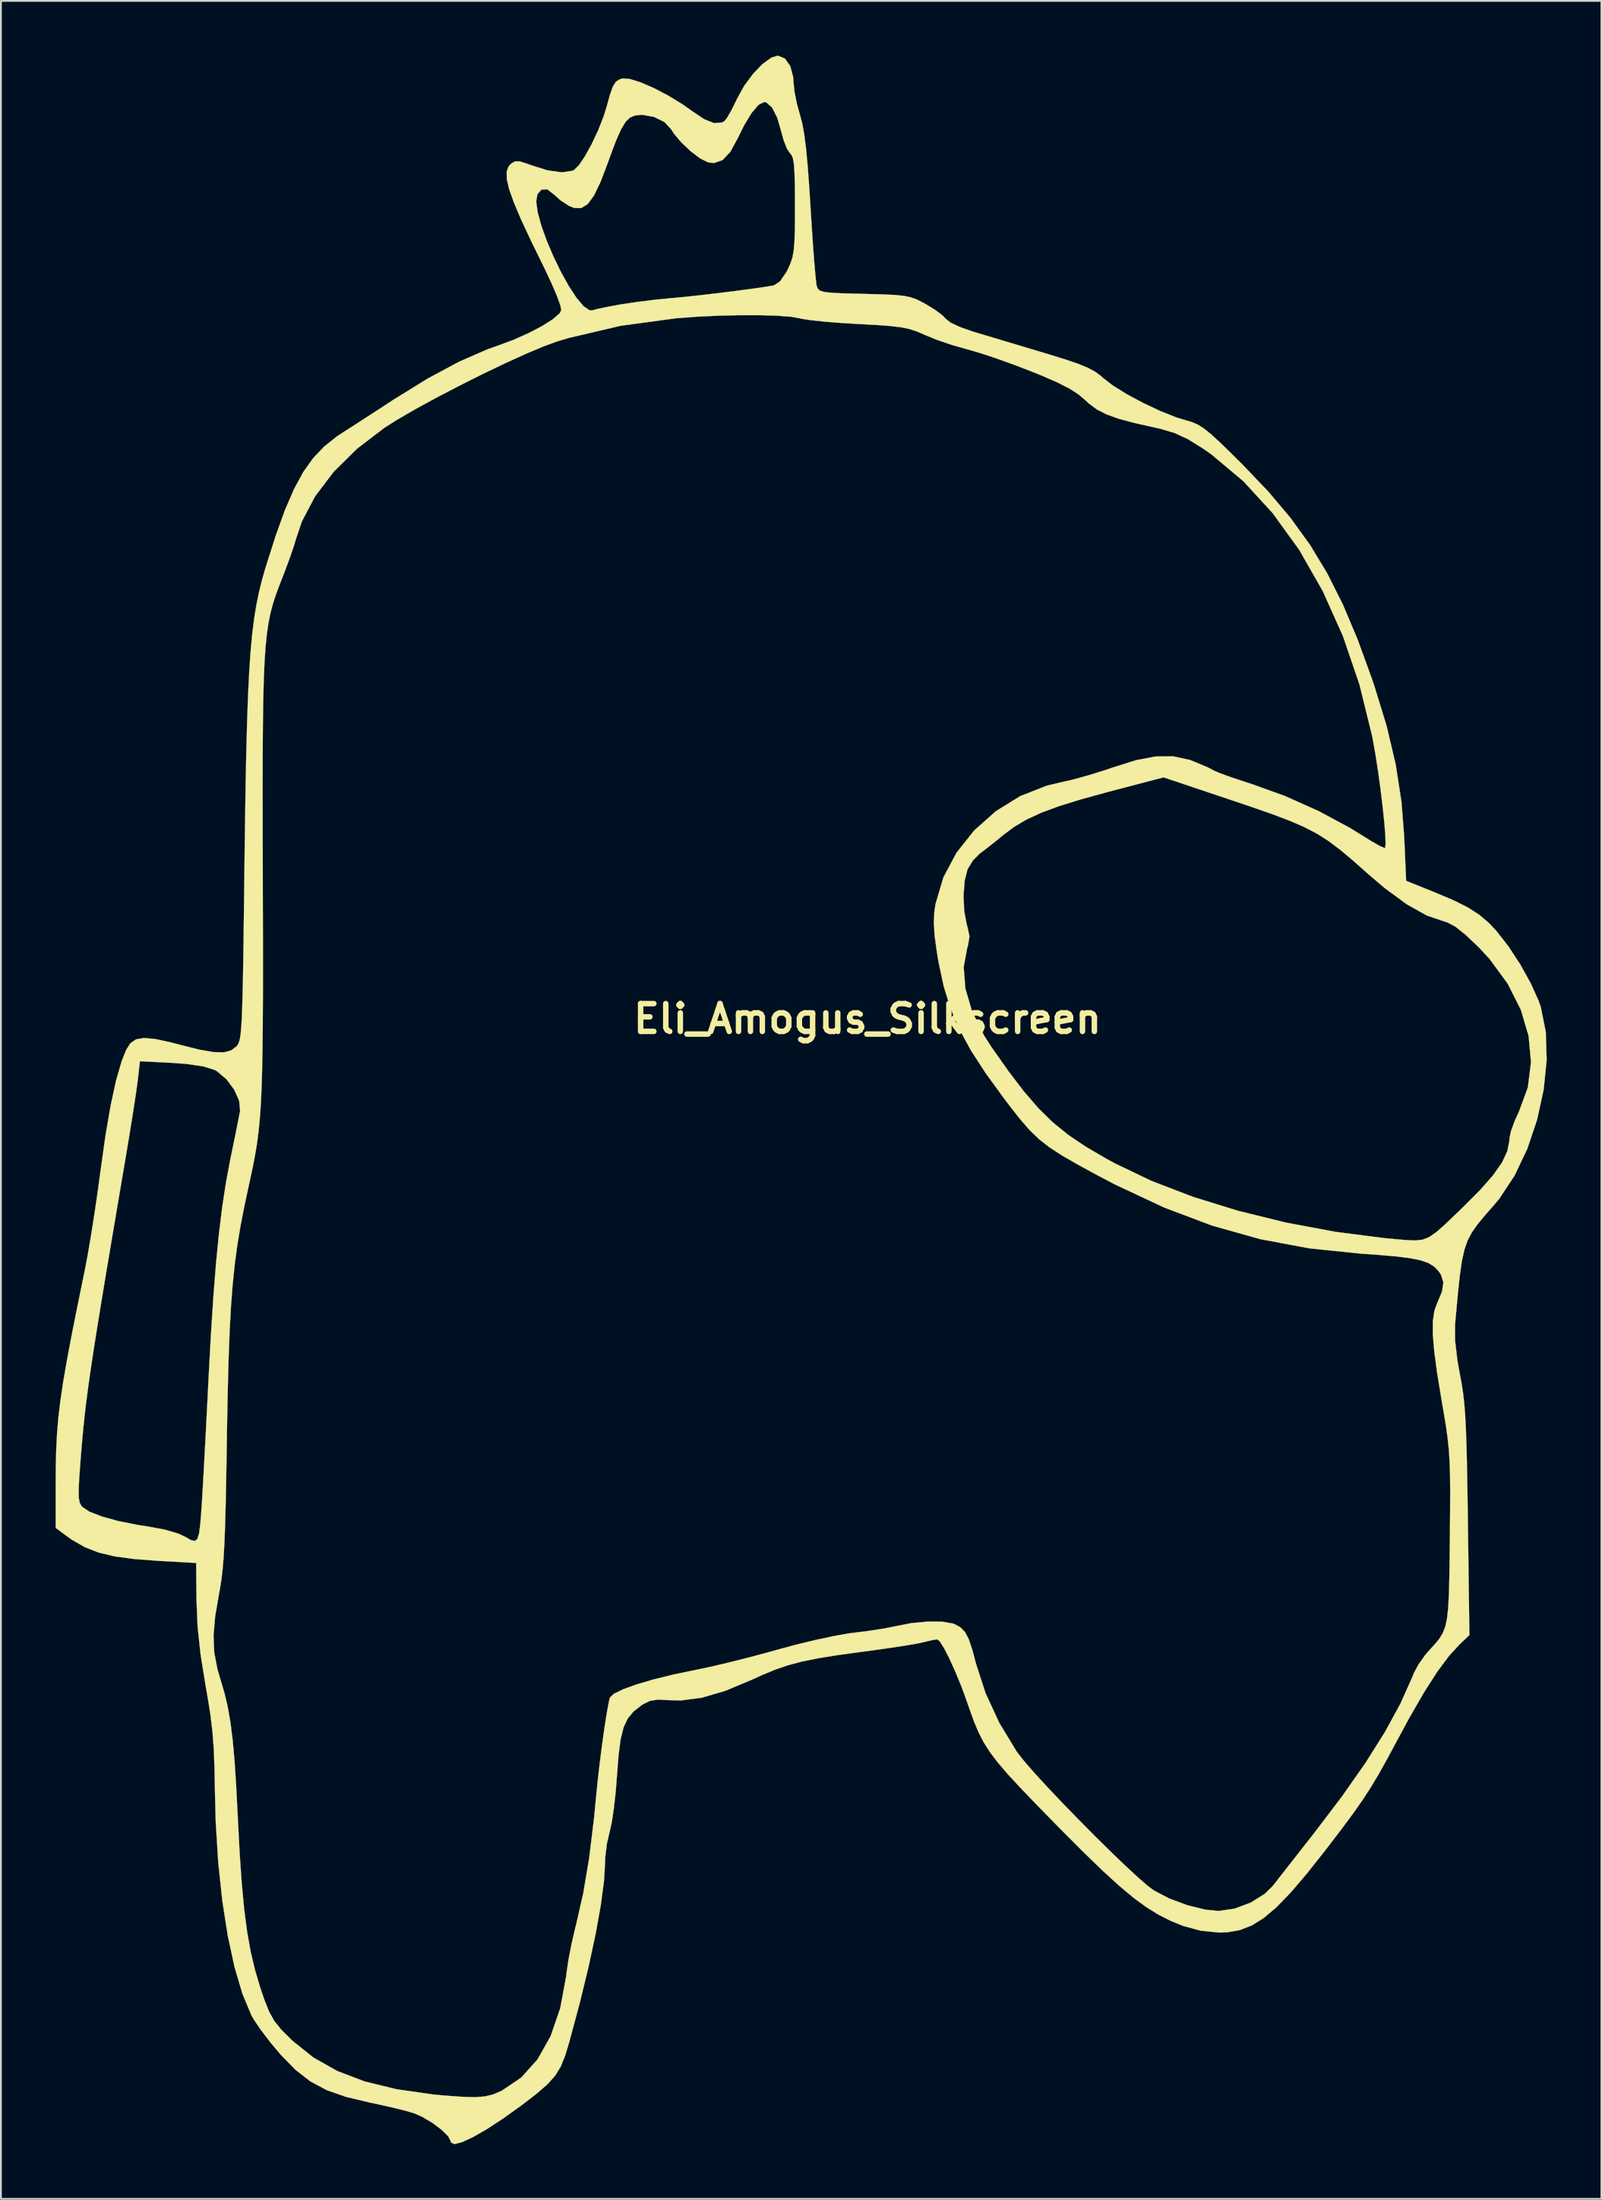
<source format=kicad_pcb>
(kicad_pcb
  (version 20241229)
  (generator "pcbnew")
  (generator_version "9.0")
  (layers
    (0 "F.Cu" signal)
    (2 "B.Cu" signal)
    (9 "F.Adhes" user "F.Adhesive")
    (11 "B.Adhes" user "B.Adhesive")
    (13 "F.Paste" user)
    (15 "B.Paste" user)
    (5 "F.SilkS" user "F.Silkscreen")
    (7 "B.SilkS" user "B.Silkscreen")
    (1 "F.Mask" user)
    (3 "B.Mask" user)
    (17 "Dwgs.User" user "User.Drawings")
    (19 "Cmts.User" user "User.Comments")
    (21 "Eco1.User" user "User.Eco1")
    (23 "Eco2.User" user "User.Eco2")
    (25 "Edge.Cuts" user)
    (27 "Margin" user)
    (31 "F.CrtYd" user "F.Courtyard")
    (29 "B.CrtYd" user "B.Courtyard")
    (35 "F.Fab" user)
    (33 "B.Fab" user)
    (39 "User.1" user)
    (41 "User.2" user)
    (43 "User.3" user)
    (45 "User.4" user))
  (footprint "Eli_Amogus_Silkscreen"
    (layer "F.Cu")
    (at 44.54 52.837)
    (property "Reference" "Eli_Amogus_Silkscreen" (at 0 0 0) (layer "F.SilkS") (effects (font (size 1.524 1.524) (thickness 0.3))))
    (attr through_hole)
    (fp_poly (pts (xy -4.533 -52.677) (xy -4.237 -52.262) (xy -4.077 -51.664) (xy -4.062 -51.397) (xy -4.008 -50.869) (xy -3.87 -50.186) (xy -3.713 -49.615) (xy -3.584 -49.13) (xy -3.473 -48.529) (xy -3.374 -47.764) (xy -3.282 -46.788) (xy -3.192 -45.554) (xy -3.128 -44.535) (xy -3.056 -43.389) (xy -2.984 -42.341) (xy -2.915 -41.443) (xy -2.854 -40.747) (xy -2.805 -40.307) (xy -2.784 -40.19) (xy -2.726 -40.047) (xy -2.613 -39.946) (xy -2.392 -39.876) (xy -2.01 -39.83) (xy -1.413 -39.799) (xy -0.548 -39.775) (xy -0.196 -39.766) (xy 0.779 -39.741) (xy 1.487 -39.708) (xy 1.998 -39.657) (xy 2.385 -39.576) (xy 2.718 -39.452) (xy 3.07 -39.274) (xy 3.198 -39.203) (xy 3.718 -38.884) (xy 4.126 -38.576) (xy 4.299 -38.393) (xy 4.555 -38.192) (xy 5.062 -37.953) (xy 5.74 -37.712) (xy 5.842 -37.681) (xy 6.504 -37.483) (xy 7.39 -37.217) (xy 8.397 -36.916) (xy 9.424 -36.608) (xy 9.745 -36.512) (xy 10.767 -36.198) (xy 11.522 -35.943) (xy 12.071 -35.721) (xy 12.474 -35.506) (xy 12.792 -35.273) (xy 12.924 -35.154) (xy 13.47 -34.732) (xy 14.242 -34.255) (xy 15.142 -33.773) (xy 16.074 -33.335) (xy 16.942 -32.991) (xy 17.455 -32.834) (xy 17.8 -32.733) (xy 18.115 -32.598) (xy 18.445 -32.391) (xy 18.837 -32.077) (xy 19.338 -31.618) (xy 19.996 -30.978) (xy 20.579 -30.398) (xy 21.997 -28.912) (xy 23.219 -27.462) (xy 24.283 -25.988) (xy 25.225 -24.428) (xy 26.081 -22.723) (xy 26.888 -20.81) (xy 27.681 -18.629) (xy 27.792 -18.303) (xy 28.483 -16.051) (xy 28.976 -13.957) (xy 29.291 -11.923) (xy 29.441 -10.008) (xy 29.549 -7.57) (xy 31.073 -6.958) (xy 32.121 -6.516) (xy 32.92 -6.119) (xy 33.545 -5.72) (xy 34.073 -5.273) (xy 34.481 -4.844) (xy 35.149 -3.992) (xy 35.807 -2.988) (xy 36.386 -1.947) (xy 36.82 -0.984) (xy 36.936 -0.65) (xy 37.211 0.721) (xy 37.258 2.255) (xy 37.094 3.881) (xy 36.736 5.525) (xy 36.201 7.118) (xy 35.505 8.586) (xy 34.666 9.86) (xy 34.398 10.182) (xy 33.881 10.772) (xy 33.475 11.263) (xy 33.161 11.706) (xy 32.924 12.155) (xy 32.745 12.663) (xy 32.608 13.28) (xy 32.495 14.061) (xy 32.389 15.057) (xy 32.273 16.32) (xy 32.231 16.789) (xy 32.233 17.65) (xy 32.364 18.761) (xy 32.498 19.498) (xy 32.593 20.003) (xy 32.671 20.513) (xy 32.735 21.07) (xy 32.786 21.717) (xy 32.827 22.496) (xy 32.861 23.449) (xy 32.889 24.62) (xy 32.914 26.049) (xy 32.935 27.528) (xy 33.019 33.804) (xy 32.495 34.301) (xy 31.899 34.949) (xy 31.248 35.826) (xy 30.525 36.955) (xy 29.714 38.362) (xy 29.131 39.44) (xy 28.558 40.509) (xy 28.069 41.387) (xy 27.614 42.15) (xy 27.144 42.872) (xy 26.61 43.631) (xy 25.963 44.501) (xy 25.153 45.559) (xy 25.146 45.568) (xy 24.112 46.876) (xy 23.222 47.92) (xy 22.441 48.727) (xy 21.737 49.323) (xy 21.077 49.734) (xy 20.427 49.986) (xy 19.754 50.105) (xy 19.316 50.123) (xy 18.275 50.018) (xy 17.321 49.76) (xy 16.633 49.48) (xy 15.975 49.148) (xy 15.31 48.738) (xy 14.604 48.221) (xy 13.821 47.568) (xy 12.926 46.753) (xy 11.885 45.746) (xy 10.661 44.52) (xy 10.367 44.222) (xy 9.276 43.107) (xy 8.395 42.19) (xy 7.694 41.43) (xy 7.143 40.787) (xy 6.714 40.22) (xy 6.375 39.688) (xy 6.098 39.15) (xy 5.851 38.565) (xy 5.607 37.892) (xy 5.481 37.527) (xy 5.172 36.676) (xy 4.837 35.854) (xy 4.506 35.119) (xy 4.206 34.532) (xy 3.966 34.152) (xy 3.827 34.037) (xy 3.549 34.08) (xy 3.112 34.183) (xy 3.048 34.2) (xy 2.677 34.278) (xy 2.044 34.385) (xy 1.222 34.51) (xy 0.284 34.643) (xy -0.254 34.715) (xy -1.607 34.899) (xy -2.695 35.073) (xy -3.588 35.253) (xy -4.358 35.457) (xy -5.076 35.704) (xy -5.815 36.011) (xy -6.298 36.232) (xy -7.791 36.858) (xy -9.096 37.241) (xy -10.25 37.391) (xy -10.876 37.374) (xy -11.5 37.345) (xy -11.934 37.412) (xy -12.319 37.602) (xy -12.393 37.651) (xy -12.826 37.988) (xy -13.148 38.372) (xy -13.38 38.862) (xy -13.543 39.518) (xy -13.658 40.397) (xy -13.739 41.457) (xy -13.813 42.389) (xy -13.91 43.272) (xy -14.018 44.014) (xy -14.126 44.522) (xy -14.139 44.566) (xy -14.298 45.251) (xy -14.387 46) (xy -14.393 46.219) (xy -14.453 47.272) (xy -14.629 48.607) (xy -14.913 50.19) (xy -15.299 51.988) (xy -15.781 53.967) (xy -16.351 56.093) (xy -16.351 56.094) (xy -16.585 56.868) (xy -16.827 57.469) (xy -17.131 57.969) (xy -17.551 58.439) (xy -18.142 58.953) (xy -18.957 59.58) (xy -18.998 59.611) (xy -19.99 60.322) (xy -20.883 60.906) (xy -21.648 61.344) (xy -22.252 61.623) (xy -22.664 61.725) (xy -22.852 61.634) (xy -22.86 61.578) (xy -22.999 61.302) (xy -23.36 60.944) (xy -23.861 60.566) (xy -24.418 60.234) (xy -24.85 60.044) (xy -25.302 59.909) (xy -25.979 59.739) (xy -26.774 59.558) (xy -27.278 59.452) (xy -28.597 59.139) (xy -29.662 58.767) (xy -30.556 58.291) (xy -31.365 57.664) (xy -32.172 56.842) (xy -32.233 56.773) (xy -32.778 56.12) (xy -33.281 55.459) (xy -33.666 54.891) (xy -33.797 54.662) (xy -34.29 53.481) (xy -34.725 52.008) (xy -35.097 50.285) (xy -35.397 48.355) (xy -35.619 46.261) (xy -35.756 44.046) (xy -35.798 42.418) (xy -35.821 41.117) (xy -35.863 40.051) (xy -35.934 39.114) (xy -36.042 38.202) (xy -36.198 37.212) (xy -36.311 36.576) (xy -36.588 34.857) (xy -36.696 33.844) (xy -35.877 33.844) (xy -35.836 34.77) (xy -35.663 35.672) (xy -35.49 36.261) (xy -35.275 36.981) (xy -35.098 37.732) (xy -34.952 38.564) (xy -34.83 39.53) (xy -34.726 40.678) (xy -34.635 42.062) (xy -34.549 43.731) (xy -34.544 43.822) (xy -34.443 45.77) (xy -34.328 47.428) (xy -34.194 48.849) (xy -34.033 50.081) (xy -33.837 51.176) (xy -33.598 52.183) (xy -33.311 53.151) (xy -33.089 53.801) (xy -32.827 54.46) (xy -32.543 54.972) (xy -32.156 55.453) (xy -31.588 56.017) (xy -31.53 56.072) (xy -30.39 56.981) (xy -29.088 57.716) (xy -27.586 58.289) (xy -25.85 58.713) (xy -23.844 59.001) (xy -23.199 59.062) (xy -22.236 59.132) (xy -21.53 59.151) (xy -20.997 59.112) (xy -20.559 59.007) (xy -20.135 58.831) (xy -20.066 58.797) (xy -18.993 58.075) (xy -18.096 57.072) (xy -17.382 55.8) (xy -16.856 54.271) (xy -16.526 52.496) (xy -16.497 52.239) (xy -16.401 51.591) (xy -16.241 50.769) (xy -16.046 49.922) (xy -15.989 49.699) (xy -15.593 47.964) (xy -15.264 46.003) (xy -14.994 43.771) (xy -14.905 42.841) (xy -14.807 41.86) (xy -14.688 40.814) (xy -14.555 39.777) (xy -14.42 38.819) (xy -14.292 38.014) (xy -14.181 37.433) (xy -14.13 37.232) (xy -13.914 37.024) (xy -13.412 36.779) (xy -12.67 36.511) (xy -11.737 36.236) (xy -10.66 35.971) (xy -9.553 35.741) (xy -8.699 35.563) (xy -7.638 35.315) (xy -6.484 35.025) (xy -5.355 34.722) (xy -4.981 34.616) (xy -3.932 34.333) (xy -2.857 34.073) (xy -1.859 33.859) (xy -1.038 33.714) (xy -0.762 33.677) (xy 0.032 33.578) (xy 0.797 33.461) (xy 1.398 33.348) (xy 1.524 33.319) (xy 2.41 33.147) (xy 3.302 33.063) (xy 4.096 33.069) (xy 4.687 33.17) (xy 4.76 33.197) (xy 5.094 33.375) (xy 5.349 33.634) (xy 5.56 34.039) (xy 5.764 34.656) (xy 5.955 35.383) (xy 6.478 36.991) (xy 7.234 38.627) (xy 8.162 40.155) (xy 8.254 40.286) (xy 8.623 40.753) (xy 9.182 41.392) (xy 9.886 42.159) (xy 10.695 43.013) (xy 11.566 43.91) (xy 12.456 44.808) (xy 13.324 45.665) (xy 14.128 46.438) (xy 14.825 47.084) (xy 15.373 47.56) (xy 15.702 47.807) (xy 16.567 48.258) (xy 17.556 48.625) (xy 18.532 48.865) (xy 19.256 48.936) (xy 20.134 48.811) (xy 21.024 48.477) (xy 21.8 47.994) (xy 22.24 47.558) (xy 22.491 47.234) (xy 22.906 46.703) (xy 23.439 46.022) (xy 24.044 45.25) (xy 24.473 44.704) (xy 26.024 42.663) (xy 27.326 40.806) (xy 28.395 39.107) (xy 29.247 37.541) (xy 29.898 36.082) (xy 29.969 35.899) (xy 30.221 35.423) (xy 30.607 34.881) (xy 30.825 34.629) (xy 31.13 34.297) (xy 31.371 34.003) (xy 31.556 33.702) (xy 31.694 33.35) (xy 31.791 32.904) (xy 31.856 32.319) (xy 31.897 31.552) (xy 31.922 30.558) (xy 31.939 29.295) (xy 31.948 28.448) (xy 31.961 27.053) (xy 31.966 25.935) (xy 31.958 25.031) (xy 31.934 24.279) (xy 31.891 23.618) (xy 31.824 22.984) (xy 31.73 22.317) (xy 31.604 21.554) (xy 31.492 20.906) (xy 31.249 19.425) (xy 31.09 18.234) (xy 31.013 17.293) (xy 31.017 16.565) (xy 31.099 16.011) (xy 31.231 15.647) (xy 31.517 14.965) (xy 31.592 14.456) (xy 31.46 14.035) (xy 31.327 13.84) (xy 31.092 13.595) (xy 30.786 13.402) (xy 30.361 13.251) (xy 29.771 13.131) (xy 28.967 13.03) (xy 27.903 12.939) (xy 27.055 12.88) (xy 24.23 12.589) (xy 21.534 12.083) (xy 18.901 11.342) (xy 16.266 10.348) (xy 13.563 9.08) (xy 12.615 8.582) (xy 11.513 7.982) (xy 10.652 7.484) (xy 9.97 7.04) (xy 9.406 6.598) (xy 8.899 6.109) (xy 8.387 5.521) (xy 7.808 4.786) (xy 7.52 4.406) (xy 6.486 2.985) (xy 5.668 1.724) (xy 5.032 0.554) (xy 4.547 -0.594) (xy 4.179 -1.791) (xy 3.898 -3.108) (xy 3.812 -3.619) (xy 3.685 -4.54) (xy 3.638 -5.248) (xy 3.667 -5.86) (xy 3.732 -6.304) (xy 3.865 -6.751) (xy 5.268 -6.751) (xy 5.306 -5.906) (xy 5.444 -5.174) (xy 5.474 -5.08) (xy 5.595 -4.533) (xy 5.51 -4.008) (xy 5.472 -3.895) (xy 5.276 -2.841) (xy 5.368 -1.665) (xy 5.739 -0.408) (xy 6.38 0.891) (xy 6.788 1.53) (xy 7.744 2.885) (xy 8.591 3.995) (xy 9.382 4.911) (xy 10.171 5.684) (xy 11.013 6.365) (xy 11.961 7.005) (xy 13.07 7.655) (xy 13.547 7.916) (xy 15.558 8.882) (xy 17.837 9.758) (xy 20.322 10.528) (xy 22.95 11.175) (xy 25.658 11.682) (xy 28.384 12.032) (xy 28.871 12.077) (xy 29.546 12.136) (xy 30.051 12.158) (xy 30.45 12.114) (xy 30.811 11.973) (xy 31.198 11.706) (xy 31.678 11.282) (xy 32.316 10.672) (xy 32.629 10.371) (xy 33.6 9.399) (xy 34.318 8.582) (xy 34.81 7.882) (xy 35.099 7.262) (xy 35.214 6.684) (xy 35.218 6.567) (xy 35.295 6.178) (xy 35.495 5.622) (xy 35.739 5.087) (xy 36.225 3.769) (xy 36.399 2.375) (xy 36.267 0.94) (xy 35.84 -0.503) (xy 35.123 -1.922) (xy 34.127 -3.283) (xy 33.542 -3.915) (xy 32.818 -4.604) (xy 32.254 -5.053) (xy 31.807 -5.292) (xy 31.665 -5.333) (xy 30.681 -5.669) (xy 29.585 -6.282) (xy 28.361 -7.181) (xy 27.436 -7.971) (xy 26.621 -8.694) (xy 25.924 -9.278) (xy 25.288 -9.756) (xy 24.655 -10.158) (xy 23.965 -10.518) (xy 23.162 -10.866) (xy 22.187 -11.234) (xy 20.981 -11.654) (xy 20.13 -11.941) (xy 16.244 -13.246) (xy 13.244 -12.46) (xy 11.741 -12.049) (xy 10.521 -11.671) (xy 9.531 -11.306) (xy 8.721 -10.931) (xy 8.038 -10.526) (xy 7.43 -10.07) (xy 7.42 -10.061) (xy 6.906 -9.641) (xy 6.422 -9.263) (xy 6.175 -9.081) (xy 5.79 -8.696) (xy 5.491 -8.208) (xy 5.486 -8.197) (xy 5.328 -7.563) (xy 5.268 -6.751) (xy 3.865 -6.751) (xy 4.161 -7.753) (xy 4.883 -9.111) (xy 5.854 -10.334) (xy 7.033 -11.384) (xy 8.377 -12.217) (xy 9.843 -12.792) (xy 10.555 -12.96) (xy 11.263 -13.122) (xy 12.143 -13.365) (xy 13.051 -13.648) (xy 13.462 -13.789) (xy 14.736 -14.189) (xy 15.813 -14.392) (xy 16.772 -14.397) (xy 17.695 -14.2) (xy 18.662 -13.798) (xy 19.05 -13.595) (xy 19.35 -13.468) (xy 19.888 -13.274) (xy 20.577 -13.041) (xy 21.082 -12.88) (xy 22.909 -12.22) (xy 24.752 -11.395) (xy 26.464 -10.475) (xy 27.102 -10.081) (xy 27.659 -9.735) (xy 28.101 -9.485) (xy 28.358 -9.371) (xy 28.394 -9.372) (xy 28.424 -9.585) (xy 28.408 -10.071) (xy 28.352 -10.769) (xy 28.263 -11.617) (xy 28.15 -12.555) (xy 28.018 -13.521) (xy 27.875 -14.455) (xy 27.727 -15.293) (xy 27.683 -15.519) (xy 26.988 -18.339) (xy 26.081 -20.995) (xy 24.976 -23.462) (xy 23.689 -25.716) (xy 22.232 -27.733) (xy 20.62 -29.489) (xy 18.867 -30.96) (xy 18.383 -31.298) (xy 17.571 -31.8) (xy 16.848 -32.134) (xy 16.061 -32.368) (xy 15.795 -32.427) (xy 14.644 -32.685) (xy 13.767 -32.922) (xy 13.101 -33.161) (xy 12.584 -33.427) (xy 12.155 -33.745) (xy 11.955 -33.93) (xy 11.563 -34.262) (xy 11.065 -34.58) (xy 10.397 -34.918) (xy 9.498 -35.308) (xy 8.975 -35.519) (xy 8.027 -35.883) (xy 7.063 -36.228) (xy 6.188 -36.519) (xy 5.505 -36.719) (xy 5.419 -36.741) (xy 4.618 -36.968) (xy 3.781 -37.256) (xy 3.146 -37.516) (xy 2.724 -37.699) (xy 2.32 -37.833) (xy 1.86 -37.93) (xy 1.273 -38.002) (xy 0.487 -38.061) (xy -0.495 -38.114) (xy -1.456 -38.172) (xy -2.342 -38.243) (xy -3.077 -38.32) (xy -3.585 -38.395) (xy -3.724 -38.428) (xy -4.206 -38.512) (xy -4.96 -38.569) (xy -5.921 -38.597) (xy -7.021 -38.597) (xy -8.197 -38.569) (xy -9.381 -38.513) (xy -10.499 -38.429) (xy -13.546 -38.015) (xy -16.399 -37.347) (xy -17.032 -37.157) (xy -17.785 -36.882) (xy -18.764 -36.468) (xy -19.907 -35.947) (xy -21.149 -35.351) (xy -22.424 -34.711) (xy -23.669 -34.062) (xy -24.82 -33.433) (xy -25.811 -32.858) (xy -26.504 -32.42) (xy -28.012 -31.267) (xy -29.289 -30.001) (xy -30.305 -28.661) (xy -31.03 -27.281) (xy -31.323 -26.412) (xy -31.48 -25.899) (xy -31.722 -25.2) (xy -32.004 -24.443) (xy -32.094 -24.214) (xy -32.296 -23.697) (xy -32.472 -23.216) (xy -32.623 -22.744) (xy -32.752 -22.255) (xy -32.86 -21.722) (xy -32.949 -21.119) (xy -33.021 -20.42) (xy -33.077 -19.598) (xy -33.119 -18.627) (xy -33.149 -17.48) (xy -33.168 -16.132) (xy -33.179 -14.555) (xy -33.182 -12.724) (xy -33.18 -10.612) (xy -33.175 -8.192) (xy -33.174 -7.705) (xy -33.168 -5.256) (xy -33.165 -3.118) (xy -33.167 -1.262) (xy -33.175 0.342) (xy -33.19 1.722) (xy -33.213 2.905) (xy -33.245 3.921) (xy -33.289 4.799) (xy -33.345 5.567) (xy -33.415 6.253) (xy -33.499 6.886) (xy -33.6 7.494) (xy -33.718 8.107) (xy -33.855 8.753) (xy -33.941 9.144) (xy -34.186 10.283) (xy -34.393 11.35) (xy -34.567 12.389) (xy -34.709 13.443) (xy -34.825 14.557) (xy -34.919 15.775) (xy -34.993 17.14) (xy -35.052 18.696) (xy -35.099 20.487) (xy -35.138 22.557) (xy -35.15 23.368) (xy -35.179 25.118) (xy -35.208 26.569) (xy -35.241 27.762) (xy -35.278 28.736) (xy -35.323 29.532) (xy -35.377 30.189) (xy -35.442 30.748) (xy -35.521 31.249) (xy -35.573 31.529) (xy -35.789 32.795) (xy -35.877 33.844) (xy -36.696 33.844) (xy -36.75 33.332) (xy -36.81 31.899) (xy -36.83 29.848) (xy -38.87 29.734) (xy -40.224 29.633) (xy -41.31 29.485) (xy -42.196 29.272) (xy -42.952 28.974) (xy -43.646 28.573) (xy -43.984 28.333) (xy -44.535 27.923) (xy -44.535 25.846) (xy -43.275 25.846) (xy -43.267 26.273) (xy -43.217 26.544) (xy -43.124 26.72) (xy -43.088 26.762) (xy -42.689 27.032) (xy -42.007 27.299) (xy -41.098 27.549) (xy -40.016 27.765) (xy -39.485 27.846) (xy -38.56 28.017) (xy -37.815 28.235) (xy -37.425 28.416) (xy -37.126 28.588) (xy -36.914 28.643) (xy -36.768 28.54) (xy -36.67 28.239) (xy -36.6 27.697) (xy -36.537 26.874) (xy -36.512 26.501) (xy -36.475 25.886) (xy -36.424 24.995) (xy -36.364 23.889) (xy -36.297 22.63) (xy -36.227 21.281) (xy -36.158 19.902) (xy -36.149 19.727) (xy -36.02 17.341) (xy -35.885 15.251) (xy -35.74 13.416) (xy -35.58 11.795) (xy -35.402 10.345) (xy -35.201 9.025) (xy -34.972 7.793) (xy -34.937 7.62) (xy -34.763 6.772) (xy -34.607 6.007) (xy -34.488 5.406) (xy -34.42 5.052) (xy -34.418 5.042) (xy -34.469 4.498) (xy -34.743 3.884) (xy -35.172 3.307) (xy -35.691 2.873) (xy -35.833 2.797) (xy -36.454 2.606) (xy -37.386 2.471) (xy -38.184 2.413) (xy -39.914 2.325) (xy -40.029 3.341) (xy -40.093 3.825) (xy -40.204 4.571) (xy -40.352 5.511) (xy -40.524 6.573) (xy -40.71 7.688) (xy -40.731 7.809) (xy -41.137 10.204) (xy -41.491 12.295) (xy -41.796 14.112) (xy -42.056 15.685) (xy -42.276 17.043) (xy -42.462 18.218) (xy -42.616 19.238) (xy -42.743 20.133) (xy -42.849 20.934) (xy -42.937 21.67) (xy -43.011 22.372) (xy -43.077 23.068) (xy -43.138 23.79) (xy -43.178 24.286) (xy -43.245 25.204) (xy -43.275 25.846) (xy -44.535 25.846) (xy -44.535 25.554) (xy -44.529 24.544) (xy -44.506 23.625) (xy -44.461 22.752) (xy -44.387 21.877) (xy -44.278 20.955) (xy -44.127 19.939) (xy -43.928 18.783) (xy -43.676 17.44) (xy -43.362 15.864) (xy -42.983 14.009) (xy -42.939 13.801) (xy -42.779 12.957) (xy -42.595 11.877) (xy -42.404 10.66) (xy -42.22 9.407) (xy -42.083 8.394) (xy -41.804 6.406) (xy -41.518 4.742) (xy -41.225 3.391) (xy -40.921 2.339) (xy -40.673 1.713) (xy -40.444 1.347) (xy -40.134 1.128) (xy -39.693 1.05) (xy -39.065 1.108) (xy -38.2 1.297) (xy -37.699 1.429) (xy -36.653 1.691) (xy -35.871 1.826) (xy -35.301 1.837) (xy -34.893 1.724) (xy -34.613 1.506) (xy -34.542 1.414) (xy -34.482 1.288) (xy -34.431 1.1) (xy -34.388 0.823) (xy -34.352 0.428) (xy -34.321 -0.111) (xy -34.295 -0.823) (xy -34.272 -1.735) (xy -34.25 -2.875) (xy -34.229 -4.271) (xy -34.207 -5.95) (xy -34.184 -7.934) (xy -34.151 -10.477) (xy -34.117 -12.71) (xy -34.078 -14.66) (xy -34.032 -16.355) (xy -33.979 -17.824) (xy -33.915 -19.093) (xy -33.839 -20.192) (xy -33.749 -21.148) (xy -33.643 -21.989) (xy -33.519 -22.743) (xy -33.375 -23.437) (xy -33.209 -24.101) (xy -33.019 -24.762) (xy -33.005 -24.807) (xy -32.466 -26.5) (xy -31.961 -27.9) (xy -31.466 -29.047) (xy -30.959 -29.984) (xy -30.416 -30.75) (xy -29.813 -31.387) (xy -29.126 -31.935) (xy -28.74 -32.191) (xy -28.248 -32.504) (xy -27.564 -32.945) (xy -26.779 -33.455) (xy -25.993 -33.969) (xy -24.135 -35.118) (xy -22.41 -36.043) (xy -20.85 -36.725) (xy -20.316 -36.914) (xy -19.435 -37.24) (xy -18.591 -37.615) (xy -17.846 -38.005) (xy -17.26 -38.377) (xy -16.893 -38.697) (xy -16.799 -38.87) (xy -16.853 -39.146) (xy -17.037 -39.654) (xy -17.323 -40.326) (xy -17.684 -41.095) (xy -17.758 -41.246) (xy -18.46 -42.68) (xy -19.005 -43.848) (xy -19.401 -44.781) (xy -19.42 -44.836) (xy -18.175 -44.836) (xy -18.094 -44.242) (xy -17.892 -43.503) (xy -17.594 -42.674) (xy -17.226 -41.81) (xy -16.815 -40.965) (xy -16.385 -40.194) (xy -15.963 -39.55) (xy -15.575 -39.089) (xy -15.246 -38.865) (xy -15.091 -38.866) (xy -14.801 -38.944) (xy -14.277 -39.053) (xy -13.622 -39.174) (xy -13.462 -39.201) (xy -12.57 -39.334) (xy -11.572 -39.455) (xy -10.753 -39.534) (xy -10.079 -39.596) (xy -9.21 -39.689) (xy -8.234 -39.803) (xy -7.244 -39.926) (xy -6.33 -40.048) (xy -5.582 -40.156) (xy -5.138 -40.23) (xy -4.799 -40.452) (xy -4.446 -40.969) (xy -4.376 -41.105) (xy -4.225 -41.437) (xy -4.117 -41.763) (xy -4.047 -42.148) (xy -4.005 -42.659) (xy -3.985 -43.362) (xy -3.979 -44.322) (xy -3.979 -44.591) (xy -3.984 -45.633) (xy -4.003 -46.387) (xy -4.039 -46.901) (xy -4.097 -47.226) (xy -4.183 -47.41) (xy -4.242 -47.469) (xy -4.422 -47.737) (xy -4.608 -48.217) (xy -4.713 -48.611) (xy -4.948 -49.42) (xy -5.234 -49.985) (xy -5.547 -50.267) (xy -5.67 -50.292) (xy -5.978 -50.136) (xy -6.356 -49.692) (xy -6.776 -48.999) (xy -7.111 -48.318) (xy -7.528 -47.554) (xy -7.954 -47.105) (xy -8.42 -46.944) (xy -8.741 -46.98) (xy -9.169 -47.19) (xy -9.693 -47.585) (xy -10.213 -48.075) (xy -10.628 -48.571) (xy -10.765 -48.791) (xy -11.137 -49.19) (xy -11.71 -49.473) (xy -12.354 -49.591) (xy -12.766 -49.55) (xy -13.031 -49.435) (xy -13.27 -49.204) (xy -13.512 -48.808) (xy -13.784 -48.199) (xy -14.113 -47.328) (xy -14.245 -46.959) (xy -14.645 -45.907) (xy -15.005 -45.16) (xy -15.349 -44.691) (xy -15.702 -44.473) (xy -16.089 -44.479) (xy -16.382 -44.597) (xy -16.842 -44.899) (xy -17.172 -45.195) (xy -17.568 -45.504) (xy -17.897 -45.482) (xy -18.108 -45.231) (xy -18.175 -44.836) (xy -19.42 -44.836) (xy -19.658 -45.508) (xy -19.787 -46.059) (xy -19.796 -46.464) (xy -19.694 -46.753) (xy -19.559 -46.904) (xy -19.34 -47.034) (xy -19.071 -47.033) (xy -18.638 -46.896) (xy -18.483 -46.836) (xy -17.548 -46.541) (xy -16.761 -46.434) (xy -16.179 -46.522) (xy -16.104 -46.557) (xy -15.83 -46.826) (xy -15.488 -47.335) (xy -15.121 -48.004) (xy -14.769 -48.755) (xy -14.474 -49.506) (xy -14.322 -49.996) (xy -14.125 -50.703) (xy -13.964 -51.149) (xy -13.802 -51.403) (xy -13.6 -51.533) (xy -13.443 -51.582) (xy -13.044 -51.557) (xy -12.442 -51.369) (xy -11.709 -51.051) (xy -10.918 -50.636) (xy -10.139 -50.159) (xy -9.648 -49.812) (xy -8.955 -49.346) (xy -8.421 -49.134) (xy -8 -49.161) (xy -7.851 -49.236) (xy -7.69 -49.444) (xy -7.447 -49.873) (xy -7.173 -50.432) (xy -7.16 -50.461) (xy -6.763 -51.18) (xy -6.274 -51.841) (xy -5.754 -52.38) (xy -5.264 -52.73) (xy -4.92 -52.832) (xy -4.533 -52.677)) (stroke (width 0.01) (type solid)) (fill yes) (layer "F.SilkS")))
  (gr_rect
    (start -3 -3)
    (end 84.803 117.567)
    (stroke (width 0.1) (type default))
    (fill no)
    (layer "Edge.Cuts")))
</source>
